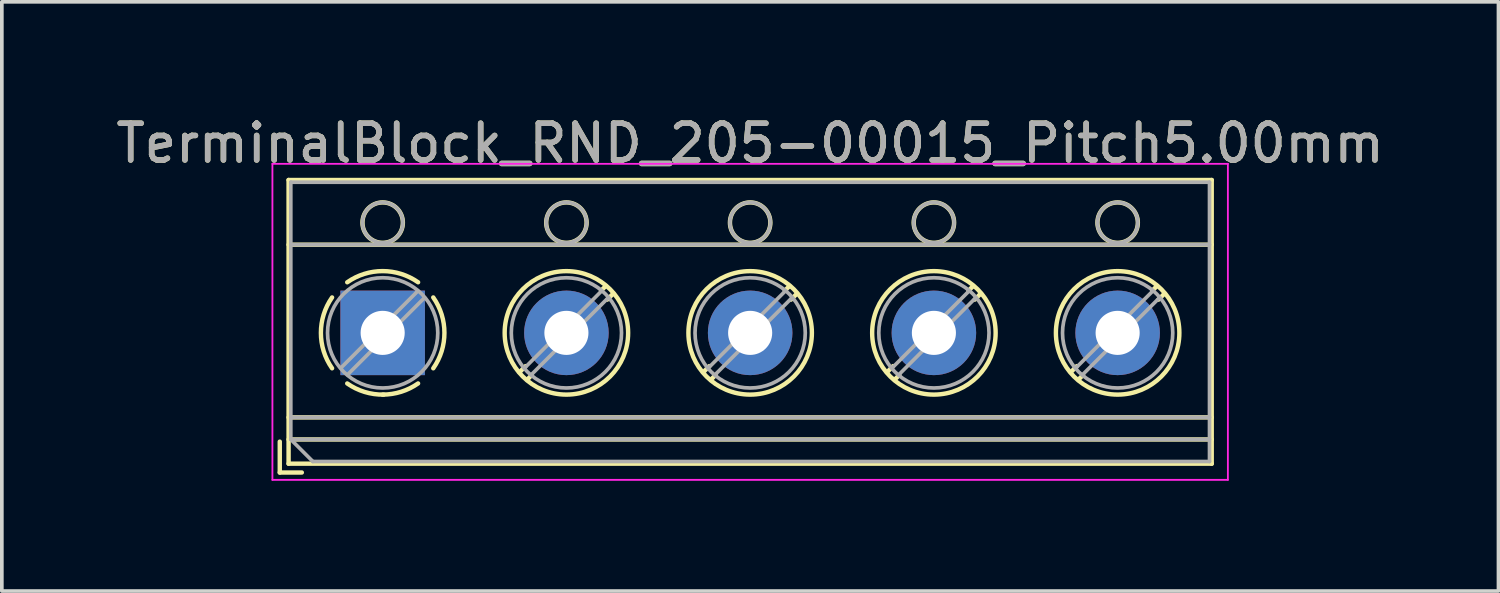
<source format=kicad_pcb>
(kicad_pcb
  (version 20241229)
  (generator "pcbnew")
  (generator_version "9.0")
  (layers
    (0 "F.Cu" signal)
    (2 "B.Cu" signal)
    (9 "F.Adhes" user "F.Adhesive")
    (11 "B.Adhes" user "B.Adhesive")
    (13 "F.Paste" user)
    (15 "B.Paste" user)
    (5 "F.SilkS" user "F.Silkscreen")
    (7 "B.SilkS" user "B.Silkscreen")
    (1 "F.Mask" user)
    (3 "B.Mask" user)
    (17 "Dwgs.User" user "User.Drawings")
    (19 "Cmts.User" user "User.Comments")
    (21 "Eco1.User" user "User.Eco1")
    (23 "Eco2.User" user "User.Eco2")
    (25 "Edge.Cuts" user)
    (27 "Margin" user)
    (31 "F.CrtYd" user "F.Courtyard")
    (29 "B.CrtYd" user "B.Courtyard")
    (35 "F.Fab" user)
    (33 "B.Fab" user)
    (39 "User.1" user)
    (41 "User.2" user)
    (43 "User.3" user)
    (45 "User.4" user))
  (footprint "TerminalBlock_RND_205-00015_Pitch5.00mm"
    (layer "F.Cu")
    (at 7.363 6.008)
    (property "Reference" "TerminalBlock_RND_205-00015_Pitch5.00mm" (at 10 -5.16 0) (layer "F.SilkS") (effects (font (size 1 1) (thickness 0.15))))
    (attr through_hole)
    (fp_line (start -2.8 2.96) (end -2.8 3.8) (stroke (width 0.12) (type solid)) (layer "F.SilkS"))
    (fp_line (start -2.8 3.8) (end -2.2 3.8) (stroke (width 0.12) (type solid)) (layer "F.SilkS"))
    (fp_line (start -2.56 -4.16) (end -2.56 3.56) (stroke (width 0.12) (type solid)) (layer "F.SilkS"))
    (fp_line (start -2.56 -2.4) (end 22.56 -2.4) (stroke (width 0.12) (type solid)) (layer "F.SilkS"))
    (fp_line (start -2.56 2.3) (end 22.56 2.3) (stroke (width 0.12) (type solid)) (layer "F.SilkS"))
    (fp_line (start -2.56 2.9) (end 22.56 2.9) (stroke (width 0.12) (type solid)) (layer "F.SilkS"))
    (fp_line (start -2.56 3.56) (end 22.56 3.56) (stroke (width 0.12) (type solid)) (layer "F.SilkS"))
    (fp_line (start 3.89 0.905) (end 3.726 1.069) (stroke (width 0.12) (type solid)) (layer "F.SilkS"))
    (fp_line (start 4.06 1.146) (end 3.931 1.274) (stroke (width 0.12) (type solid)) (layer "F.SilkS"))
    (fp_line (start 6.07 -1.275) (end 5.941 -1.146) (stroke (width 0.12) (type solid)) (layer "F.SilkS"))
    (fp_line (start 6.275 -1.069) (end 6.111 -0.905) (stroke (width 0.12) (type solid)) (layer "F.SilkS"))
    (fp_line (start 8.89 0.905) (end 8.726 1.069) (stroke (width 0.12) (type solid)) (layer "F.SilkS"))
    (fp_line (start 9.06 1.146) (end 8.931 1.274) (stroke (width 0.12) (type solid)) (layer "F.SilkS"))
    (fp_line (start 11.07 -1.275) (end 10.941 -1.146) (stroke (width 0.12) (type solid)) (layer "F.SilkS"))
    (fp_line (start 11.275 -1.069) (end 11.111 -0.905) (stroke (width 0.12) (type solid)) (layer "F.SilkS"))
    (fp_line (start 13.89 0.905) (end 13.726 1.069) (stroke (width 0.12) (type solid)) (layer "F.SilkS"))
    (fp_line (start 14.06 1.146) (end 13.931 1.274) (stroke (width 0.12) (type solid)) (layer "F.SilkS"))
    (fp_line (start 16.07 -1.275) (end 15.941 -1.146) (stroke (width 0.12) (type solid)) (layer "F.SilkS"))
    (fp_line (start 16.275 -1.069) (end 16.111 -0.905) (stroke (width 0.12) (type solid)) (layer "F.SilkS"))
    (fp_line (start 18.89 0.905) (end 18.726 1.069) (stroke (width 0.12) (type solid)) (layer "F.SilkS"))
    (fp_line (start 19.06 1.146) (end 18.931 1.274) (stroke (width 0.12) (type solid)) (layer "F.SilkS"))
    (fp_line (start 21.07 -1.275) (end 20.941 -1.146) (stroke (width 0.12) (type solid)) (layer "F.SilkS"))
    (fp_line (start 21.275 -1.069) (end 21.111 -0.905) (stroke (width 0.12) (type solid)) (layer "F.SilkS"))
    (fp_line (start 22.56 -4.16) (end -2.56 -4.16) (stroke (width 0.12) (type solid)) (layer "F.SilkS"))
    (fp_line (start 22.56 3.56) (end 22.56 -4.16) (stroke (width 0.12) (type solid)) (layer "F.SilkS"))
    (fp_arc (start -1.376825 0.964249) (mid -1.6809 0.000152) (end -1.377 -0.964) (stroke (width 0.12) (type solid)) (layer "F.SilkS"))
    (fp_arc (start -0.964249 -1.376825) (mid -0.000152 -1.6809) (end 0.964 -1.377) (stroke (width 0.12) (type solid)) (layer "F.SilkS"))
    (fp_arc (start 0.029488 1.680641) (mid -0.491302 1.607497) (end -0.964 1.377) (stroke (width 0.12) (type solid)) (layer "F.SilkS"))
    (fp_arc (start 0.963608 1.376175) (mid 0.505186 1.602244) (end 0 1.68) (stroke (width 0.12) (type solid)) (layer "F.SilkS"))
    (fp_arc (start 1.376825 -0.964249) (mid 1.6809 -0.000152) (end 1.377 0.964) (stroke (width 0.12) (type solid)) (layer "F.SilkS"))
    (fp_circle (center 0 -3) (end 0.55 -3) (stroke (width 0.12) (type solid)) (fill no) (layer "F.SilkS"))
    (fp_circle (center 5 -3) (end 5.55 -3) (stroke (width 0.12) (type solid)) (fill no) (layer "F.SilkS"))
    (fp_circle (center 5 0) (end 6.68 0) (stroke (width 0.12) (type solid)) (fill no) (layer "F.SilkS"))
    (fp_circle (center 10 -3) (end 10.55 -3) (stroke (width 0.12) (type solid)) (fill no) (layer "F.SilkS"))
    (fp_circle (center 10 0) (end 11.68 0) (stroke (width 0.12) (type solid)) (fill no) (layer "F.SilkS"))
    (fp_circle (center 15 -3) (end 15.55 -3) (stroke (width 0.12) (type solid)) (fill no) (layer "F.SilkS"))
    (fp_circle (center 15 0) (end 16.68 0) (stroke (width 0.12) (type solid)) (fill no) (layer "F.SilkS"))
    (fp_circle (center 20 -3) (end 20.55 -3) (stroke (width 0.12) (type solid)) (fill no) (layer "F.SilkS"))
    (fp_circle (center 20 0) (end 21.68 0) (stroke (width 0.12) (type solid)) (fill no) (layer "F.SilkS"))
    (fp_line (start -3 -4.6) (end -3 4) (stroke (width 0.05) (type solid)) (layer "F.CrtYd"))
    (fp_line (start -3 4) (end 23 4) (stroke (width 0.05) (type solid)) (layer "F.CrtYd"))
    (fp_line (start 23 -4.6) (end -3 -4.6) (stroke (width 0.05) (type solid)) (layer "F.CrtYd"))
    (fp_line (start 23 4) (end 23 -4.6) (stroke (width 0.05) (type solid)) (layer "F.CrtYd"))
    (fp_line (start -2.5 -4.1) (end 22.5 -4.1) (stroke (width 0.1) (type solid)) (layer "F.Fab"))
    (fp_line (start -2.5 -2.4) (end 22.5 -2.4) (stroke (width 0.1) (type solid)) (layer "F.Fab"))
    (fp_line (start -2.5 2.3) (end 22.5 2.3) (stroke (width 0.1) (type solid)) (layer "F.Fab"))
    (fp_line (start -2.5 2.9) (end -2.5 -4.1) (stroke (width 0.1) (type solid)) (layer "F.Fab"))
    (fp_line (start -2.5 2.9) (end 22.5 2.9) (stroke (width 0.1) (type solid)) (layer "F.Fab"))
    (fp_line (start -1.9 3.5) (end -2.5 2.9) (stroke (width 0.1) (type solid)) (layer "F.Fab"))
    (fp_line (start 0.955 -1.138) (end -1.138 0.955) (stroke (width 0.1) (type solid)) (layer "F.Fab"))
    (fp_line (start 1.138 -0.955) (end -0.955 1.138) (stroke (width 0.1) (type solid)) (layer "F.Fab"))
    (fp_line (start 5.955 -1.138) (end 3.863 0.955) (stroke (width 0.1) (type solid)) (layer "F.Fab"))
    (fp_line (start 6.138 -0.955) (end 4.046 1.138) (stroke (width 0.1) (type solid)) (layer "F.Fab"))
    (fp_line (start 10.955 -1.138) (end 8.863 0.955) (stroke (width 0.1) (type solid)) (layer "F.Fab"))
    (fp_line (start 11.138 -0.955) (end 9.046 1.138) (stroke (width 0.1) (type solid)) (layer "F.Fab"))
    (fp_line (start 15.955 -1.138) (end 13.863 0.955) (stroke (width 0.1) (type solid)) (layer "F.Fab"))
    (fp_line (start 16.138 -0.955) (end 14.046 1.138) (stroke (width 0.1) (type solid)) (layer "F.Fab"))
    (fp_line (start 20.955 -1.138) (end 18.863 0.955) (stroke (width 0.1) (type solid)) (layer "F.Fab"))
    (fp_line (start 21.138 -0.955) (end 19.046 1.138) (stroke (width 0.1) (type solid)) (layer "F.Fab"))
    (fp_line (start 22.5 -4.1) (end 22.5 3.5) (stroke (width 0.1) (type solid)) (layer "F.Fab"))
    (fp_line (start 22.5 3.5) (end -1.9 3.5) (stroke (width 0.1) (type solid)) (layer "F.Fab"))
    (fp_circle (center 0 -3) (end 0.55 -3) (stroke (width 0.1) (type solid)) (fill no) (layer "F.Fab"))
    (fp_circle (center 0 0) (end 1.5 0) (stroke (width 0.1) (type solid)) (fill no) (layer "F.Fab"))
    (fp_circle (center 5 -3) (end 5.55 -3) (stroke (width 0.1) (type solid)) (fill no) (layer "F.Fab"))
    (fp_circle (center 5 0) (end 6.5 0) (stroke (width 0.1) (type solid)) (fill no) (layer "F.Fab"))
    (fp_circle (center 10 -3) (end 10.55 -3) (stroke (width 0.1) (type solid)) (fill no) (layer "F.Fab"))
    (fp_circle (center 10 0) (end 11.5 0) (stroke (width 0.1) (type solid)) (fill no) (layer "F.Fab"))
    (fp_circle (center 15 -3) (end 15.55 -3) (stroke (width 0.1) (type solid)) (fill no) (layer "F.Fab"))
    (fp_circle (center 15 0) (end 16.5 0) (stroke (width 0.1) (type solid)) (fill no) (layer "F.Fab"))
    (fp_circle (center 20 -3) (end 20.55 -3) (stroke (width 0.1) (type solid)) (fill no) (layer "F.Fab"))
    (fp_circle (center 20 0) (end 21.5 0) (stroke (width 0.1) (type solid)) (fill no) (layer "F.Fab"))
    (fp_text user "${REFERENCE}" (at 10 -5.16 0) (layer "F.Fab") (effects (font (size 1 1) (thickness 0.15))))
    (pad "1" thru_hole rect (at 0 0) (size 2.3 2.3) (drill 1.2) (layers "*.Cu" "*.Mask"))
    (pad "2" thru_hole circle (at 5 0) (size 2.3 2.3) (drill 1.2) (layers "*.Cu" "*.Mask"))
    (pad "3" thru_hole circle (at 10 0) (size 2.3 2.3) (drill 1.2) (layers "*.Cu" "*.Mask"))
    (pad "4" thru_hole circle (at 15 0) (size 2.3 2.3) (drill 1.2) (layers "*.Cu" "*.Mask"))
    (pad "5" thru_hole circle (at 20 0) (size 2.3 2.3) (drill 1.2) (layers "*.Cu" "*.Mask")))
  (gr_rect
    (start -3 -3)
    (end 37.726 13.033)
    (stroke (width 0.1) (type default))
    (fill no)
    (layer "Edge.Cuts")))
</source>
